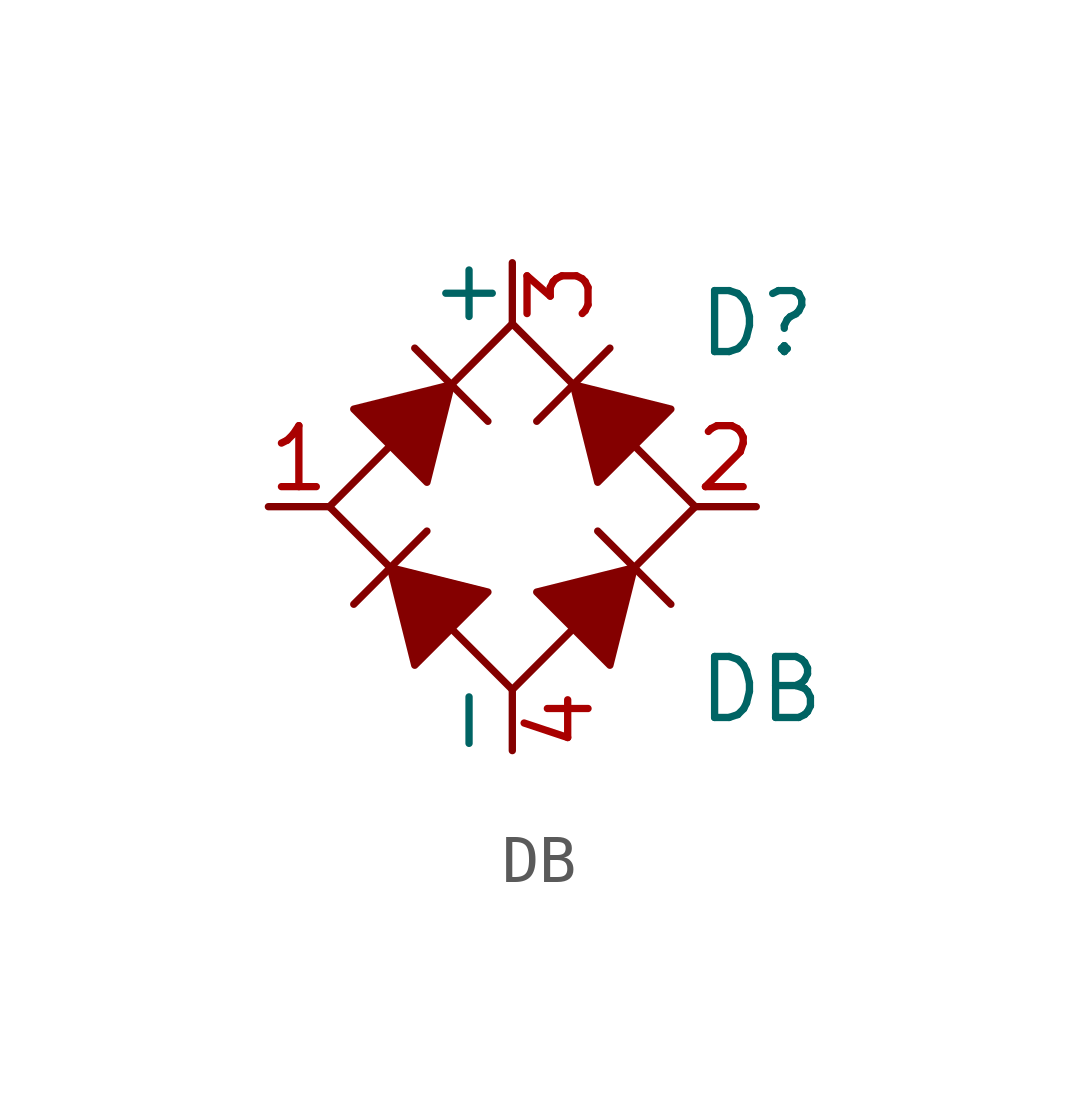
<source format=kicad_sym>
(kicad_symbol_lib
  (version 20211014)
  (generator kicad_symbol_editor)
  (symbol "DB"
    (pin_names
      (offset 0))
    (property "Reference" "D"
      (at 3.81 3.81 0)
      (effects (font (size 1.27 1.27)) (justify left)))
    (property "Value" "DB"
      (at 3.81 -3.81 0)
      (effects (font (size 1.27 1.27)) (justify left)))
    (symbol "DB_0_1"
      (polyline (pts (xy -3.302 -2.032) (xy -1.778 -0.508)) (stroke (width 0) (type default) (color 0 0 0 0)) (fill (type none)))
      (polyline (pts (xy -2.032 3.302) (xy -0.508 1.778)) (stroke (width 0) (type default) (color 0 0 0 0)) (fill (type none)))
      (polyline (pts (xy 0.508 1.778) (xy 2.032 3.302)) (stroke (width 0) (type default) (color 0 0 0 0)) (fill (type none)))
      (polyline (pts (xy 1.778 -0.508) (xy 3.302 -2.032)) (stroke (width 0) (type default) (color 0 0 0 0)) (fill (type none)))
      (polyline (pts (xy -3.302 2.032) (xy -1.778 0.508) (xy -1.27 2.54) (xy -3.302 2.032)) (stroke (width 0) (type default) (color 0 0 0 0)) (fill (type outline)))
      (polyline (pts (xy -2.032 -3.302) (xy -0.508 -1.778) (xy -2.54 -1.27) (xy -2.032 -3.302)) (stroke (width 0) (type default) (color 0 0 0 0)) (fill (type outline)))
      (polyline (pts (xy 0.508 -1.778) (xy 2.032 -3.302) (xy 2.54 -1.27) (xy 0.508 -1.778)) (stroke (width 0) (type default) (color 0 0 0 0)) (fill (type outline)))
      (polyline (pts (xy 1.778 0.508) (xy 3.302 2.032) (xy 1.27 2.54) (xy 1.778 0.508)) (stroke (width 0) (type default) (color 0 0 0 0)) (fill (type outline)))
      (polyline (pts (xy 0 3.81) (xy -3.81 0) (xy 0 -3.81) (xy 3.81 0) (xy 0 3.81)) (stroke (width 0) (type default) (color 0 0 0 0)) (fill (type none))))
    (symbol "DB_1_1"
      (pin passive line (at -5.08 0 0) (length 1.27) (name "~" (effects (font (size 1.27 1.27)))) (number "1" (effects (font (size 1.27 1.27)))))
      (pin passive line (at 5.08 0 180) (length 1.27) (name "~" (effects (font (size 1.27 1.27)))) (number "2" (effects (font (size 1.27 1.27)))))
      (pin passive line (at 0 5.08 270) (length 1.27) (name "+" (effects (font (size 1.27 1.27)))) (number "3" (effects (font (size 1.27 1.27)))))
      (pin passive line (at 0 -5.08 90) (length 1.27) (name "-" (effects (font (size 1.27 1.27)))) (number "4" (effects (font (size 1.27 1.27))))))))
</source>
